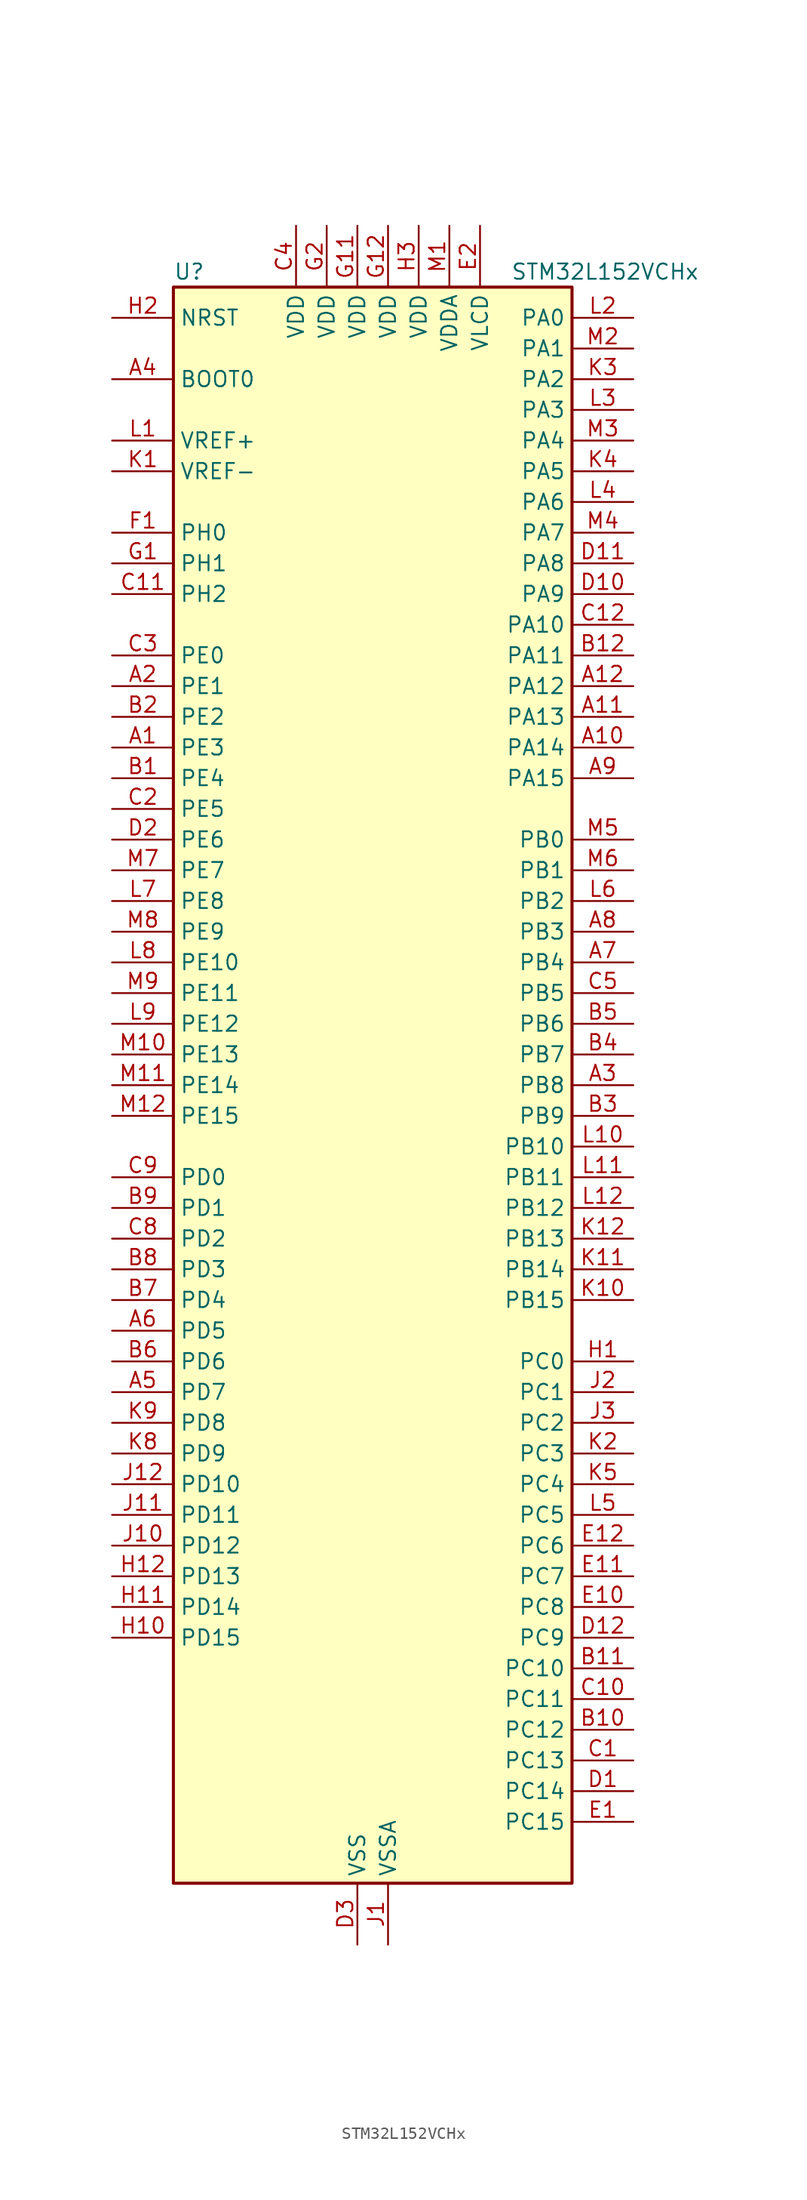
<source format=kicad_sym>
(kicad_symbol_lib
  (version 20231120)
  (generator "kicad_symbol_editor")
  (generator_version "8.0")
  (symbol "STM32L152VCHx"
    (property "Reference" "U"
      (at -15.24 67.31 0)
      (effects (font (size 1.27 1.27)) (justify left)))
    (property "Value" "STM32L152VCHx"
      (at 12.7 67.31 0)
      (effects (font (size 1.27 1.27)) (justify left)))
    (property "ki_locked" ""
      (at 0 0 0)
      (effects (font (size 1.27 1.27))))
    (symbol "STM32L152VCHx_0_1"
      (rectangle (start -15.24 -66.04) (end 17.78 66.04) (stroke (width 0.254) (type default)) (fill (type background))))
    (symbol "STM32L152VCHx_1_1"
      (pin bidirectional line (at -20.32 27.94 0) (length 5.08) (name "PE3" (effects (font (size 1.27 1.27)))) (number "A1" (effects (font (size 1.27 1.27)))) (alternate "LCD_SEG39" bidirectional line) (alternate "SYS_TRACED0" bidirectional line) (alternate "TIM3_CH1" bidirectional line) (alternate "TIMX_IC4" bidirectional line))
      (pin bidirectional line (at 22.86 27.94 180) (length 5.08) (name "PA14" (effects (font (size 1.27 1.27)))) (number "A10" (effects (font (size 1.27 1.27)))) (alternate "SYS_JTCK-SWCLK" bidirectional line) (alternate "TIMX_IC3" bidirectional line) (alternate "TS_G5_IO2" bidirectional line))
      (pin bidirectional line (at 22.86 30.48 180) (length 5.08) (name "PA13" (effects (font (size 1.27 1.27)))) (number "A11" (effects (font (size 1.27 1.27)))) (alternate "SYS_JTMS-SWDIO" bidirectional line) (alternate "TIMX_IC2" bidirectional line) (alternate "TS_G5_IO1" bidirectional line))
      (pin bidirectional line (at 22.86 33.02 180) (length 5.08) (name "PA12" (effects (font (size 1.27 1.27)))) (number "A12" (effects (font (size 1.27 1.27)))) (alternate "SPI1_MOSI" bidirectional line) (alternate "TIMX_IC1" bidirectional line) (alternate "USART1_RTS" bidirectional line) (alternate "USB_DP" bidirectional line))
      (pin bidirectional line (at -20.32 33.02 0) (length 5.08) (name "PE1" (effects (font (size 1.27 1.27)))) (number "A2" (effects (font (size 1.27 1.27)))) (alternate "LCD_SEG37" bidirectional line) (alternate "TIM11_CH1" bidirectional line) (alternate "TIMX_IC2" bidirectional line))
      (pin bidirectional line (at 22.86 0 180) (length 5.08) (name "PB8" (effects (font (size 1.27 1.27)))) (number "A3" (effects (font (size 1.27 1.27)))) (alternate "I2C1_SCL" bidirectional line) (alternate "LCD_SEG16" bidirectional line) (alternate "TIM10_CH1" bidirectional line) (alternate "TIM4_CH3" bidirectional line))
      (pin input line (at -20.32 58.42 0) (length 5.08) (name "BOOT0" (effects (font (size 1.27 1.27)))) (number "A4" (effects (font (size 1.27 1.27)))))
      (pin bidirectional line (at -20.32 -25.4 0) (length 5.08) (name "PD7" (effects (font (size 1.27 1.27)))) (number "A5" (effects (font (size 1.27 1.27)))) (alternate "TIM9_CH2" bidirectional line) (alternate "TIMX_IC4" bidirectional line) (alternate "USART2_CK" bidirectional line))
      (pin bidirectional line (at -20.32 -20.32 0) (length 5.08) (name "PD5" (effects (font (size 1.27 1.27)))) (number "A6" (effects (font (size 1.27 1.27)))) (alternate "TIMX_IC2" bidirectional line) (alternate "USART2_TX" bidirectional line))
      (pin bidirectional line (at 22.86 10.16 180) (length 5.08) (name "PB4" (effects (font (size 1.27 1.27)))) (number "A7" (effects (font (size 1.27 1.27)))) (alternate "COMP2_INP" bidirectional line) (alternate "LCD_SEG8" bidirectional line) (alternate "SPI1_MISO" bidirectional line) (alternate "SPI3_MISO" bidirectional line) (alternate "SYS_JTRST" bidirectional line) (alternate "TIM3_CH1" bidirectional line) (alternate "TS_G6_IO1" bidirectional line))
      (pin bidirectional line (at 22.86 12.7 180) (length 5.08) (name "PB3" (effects (font (size 1.27 1.27)))) (number "A8" (effects (font (size 1.27 1.27)))) (alternate "COMP2_INM" bidirectional line) (alternate "I2S3_CK" bidirectional line) (alternate "LCD_SEG7" bidirectional line) (alternate "SPI1_SCK" bidirectional line) (alternate "SPI3_SCK" bidirectional line) (alternate "SYS_JTDO-TRACESWO" bidirectional line) (alternate "TIM2_CH2" bidirectional line))
      (pin bidirectional line (at 22.86 25.4 180) (length 5.08) (name "PA15" (effects (font (size 1.27 1.27)))) (number "A9" (effects (font (size 1.27 1.27)))) (alternate "ADC_EXTI15" bidirectional line) (alternate "I2S3_WS" bidirectional line) (alternate "LCD_SEG17" bidirectional line) (alternate "SPI1_NSS" bidirectional line) (alternate "SPI3_NSS" bidirectional line) (alternate "SYS_JTDI" bidirectional line) (alternate "TIM2_CH1" bidirectional line) (alternate "TIM2_ETR" bidirectional line) (alternate "TIMX_IC4" bidirectional line) (alternate "TS_G5_IO3" bidirectional line))
      (pin bidirectional line (at -20.32 25.4 0) (length 5.08) (name "PE4" (effects (font (size 1.27 1.27)))) (number "B1" (effects (font (size 1.27 1.27)))) (alternate "SYS_TRACED1" bidirectional line) (alternate "TIM3_CH2" bidirectional line) (alternate "TIMX_IC1" bidirectional line))
      (pin bidirectional line (at 22.86 -53.34 180) (length 5.08) (name "PC12" (effects (font (size 1.27 1.27)))) (number "B10" (effects (font (size 1.27 1.27)))) (alternate "I2S3_SD" bidirectional line) (alternate "LCD_COM6" bidirectional line) (alternate "LCD_SEG30" bidirectional line) (alternate "LCD_SEG42" bidirectional line) (alternate "SPI3_MOSI" bidirectional line) (alternate "TIMX_IC1" bidirectional line) (alternate "USART3_CK" bidirectional line))
      (pin bidirectional line (at 22.86 -48.26 180) (length 5.08) (name "PC10" (effects (font (size 1.27 1.27)))) (number "B11" (effects (font (size 1.27 1.27)))) (alternate "I2S3_CK" bidirectional line) (alternate "LCD_COM4" bidirectional line) (alternate "LCD_SEG28" bidirectional line) (alternate "LCD_SEG40" bidirectional line) (alternate "SPI3_SCK" bidirectional line) (alternate "TIMX_IC3" bidirectional line) (alternate "USART3_TX" bidirectional line))
      (pin bidirectional line (at 22.86 35.56 180) (length 5.08) (name "PA11" (effects (font (size 1.27 1.27)))) (number "B12" (effects (font (size 1.27 1.27)))) (alternate "ADC_EXTI11" bidirectional line) (alternate "SPI1_MISO" bidirectional line) (alternate "TIMX_IC4" bidirectional line) (alternate "USART1_CTS" bidirectional line) (alternate "USB_DM" bidirectional line))
      (pin bidirectional line (at -20.32 30.48 0) (length 5.08) (name "PE2" (effects (font (size 1.27 1.27)))) (number "B2" (effects (font (size 1.27 1.27)))) (alternate "LCD_SEG38" bidirectional line) (alternate "SYS_TRACECK" bidirectional line) (alternate "TIM3_ETR" bidirectional line) (alternate "TIMX_IC3" bidirectional line))
      (pin bidirectional line (at 22.86 -2.54 180) (length 5.08) (name "PB9" (effects (font (size 1.27 1.27)))) (number "B3" (effects (font (size 1.27 1.27)))) (alternate "DAC_EXTI9" bidirectional line) (alternate "I2C1_SDA" bidirectional line) (alternate "LCD_COM3" bidirectional line) (alternate "TIM11_CH1" bidirectional line) (alternate "TIM4_CH4" bidirectional line))
      (pin bidirectional line (at 22.86 2.54 180) (length 5.08) (name "PB7" (effects (font (size 1.27 1.27)))) (number "B4" (effects (font (size 1.27 1.27)))) (alternate "COMP2_INP" bidirectional line) (alternate "I2C1_SDA" bidirectional line) (alternate "SYS_PVD_IN" bidirectional line) (alternate "TIM4_CH2" bidirectional line) (alternate "TS_G6_IO4" bidirectional line) (alternate "USART1_RX" bidirectional line))
      (pin bidirectional line (at 22.86 5.08 180) (length 5.08) (name "PB6" (effects (font (size 1.27 1.27)))) (number "B5" (effects (font (size 1.27 1.27)))) (alternate "COMP2_INP" bidirectional line) (alternate "I2C1_SCL" bidirectional line) (alternate "TIM4_CH1" bidirectional line) (alternate "TS_G6_IO3" bidirectional line) (alternate "USART1_TX" bidirectional line))
      (pin bidirectional line (at -20.32 -22.86 0) (length 5.08) (name "PD6" (effects (font (size 1.27 1.27)))) (number "B6" (effects (font (size 1.27 1.27)))) (alternate "TIMX_IC3" bidirectional line) (alternate "USART2_RX" bidirectional line))
      (pin bidirectional line (at -20.32 -17.78 0) (length 5.08) (name "PD4" (effects (font (size 1.27 1.27)))) (number "B7" (effects (font (size 1.27 1.27)))) (alternate "I2S2_SD" bidirectional line) (alternate "SPI2_MOSI" bidirectional line) (alternate "TIMX_IC1" bidirectional line) (alternate "USART2_RTS" bidirectional line))
      (pin bidirectional line (at -20.32 -15.24 0) (length 5.08) (name "PD3" (effects (font (size 1.27 1.27)))) (number "B8" (effects (font (size 1.27 1.27)))) (alternate "SPI2_MISO" bidirectional line) (alternate "TIMX_IC4" bidirectional line) (alternate "USART2_CTS" bidirectional line))
      (pin bidirectional line (at -20.32 -10.16 0) (length 5.08) (name "PD1" (effects (font (size 1.27 1.27)))) (number "B9" (effects (font (size 1.27 1.27)))) (alternate "I2S2_CK" bidirectional line) (alternate "SPI2_SCK" bidirectional line) (alternate "TIMX_IC2" bidirectional line))
      (pin bidirectional line (at 22.86 -55.88 180) (length 5.08) (name "PC13" (effects (font (size 1.27 1.27)))) (number "C1" (effects (font (size 1.27 1.27)))) (alternate "RTC_OUT_ALARM" bidirectional line) (alternate "RTC_OUT_CALIB" bidirectional line) (alternate "RTC_TAMP1" bidirectional line) (alternate "RTC_TS" bidirectional line) (alternate "SYS_WKUP2" bidirectional line) (alternate "TIMX_IC2" bidirectional line))
      (pin bidirectional line (at 22.86 -50.8 180) (length 5.08) (name "PC11" (effects (font (size 1.27 1.27)))) (number "C10" (effects (font (size 1.27 1.27)))) (alternate "ADC_EXTI11" bidirectional line) (alternate "LCD_COM5" bidirectional line) (alternate "LCD_SEG29" bidirectional line) (alternate "LCD_SEG41" bidirectional line) (alternate "SPI3_MISO" bidirectional line) (alternate "TIMX_IC4" bidirectional line) (alternate "USART3_RX" bidirectional line))
      (pin bidirectional line (at -20.32 40.64 0) (length 5.08) (name "PH2" (effects (font (size 1.27 1.27)))) (number "C11" (effects (font (size 1.27 1.27)))))
      (pin bidirectional line (at 22.86 38.1 180) (length 5.08) (name "PA10" (effects (font (size 1.27 1.27)))) (number "C12" (effects (font (size 1.27 1.27)))) (alternate "LCD_COM2" bidirectional line) (alternate "TIMX_IC3" bidirectional line) (alternate "TS_G4_IO3" bidirectional line) (alternate "USART1_RX" bidirectional line))
      (pin bidirectional line (at -20.32 22.86 0) (length 5.08) (name "PE5" (effects (font (size 1.27 1.27)))) (number "C2" (effects (font (size 1.27 1.27)))) (alternate "SYS_TRACED2" bidirectional line) (alternate "TIM9_CH1" bidirectional line) (alternate "TIMX_IC2" bidirectional line))
      (pin bidirectional line (at -20.32 35.56 0) (length 5.08) (name "PE0" (effects (font (size 1.27 1.27)))) (number "C3" (effects (font (size 1.27 1.27)))) (alternate "LCD_SEG36" bidirectional line) (alternate "TIM10_CH1" bidirectional line) (alternate "TIM4_ETR" bidirectional line) (alternate "TIMX_IC1" bidirectional line))
      (pin power_in line (at -5.08 71.12 270) (length 5.08) (name "VDD" (effects (font (size 1.27 1.27)))) (number "C4" (effects (font (size 1.27 1.27)))))
      (pin bidirectional line (at 22.86 7.62 180) (length 5.08) (name "PB5" (effects (font (size 1.27 1.27)))) (number "C5" (effects (font (size 1.27 1.27)))) (alternate "COMP2_INP" bidirectional line) (alternate "I2C1_SMBA" bidirectional line) (alternate "I2S3_SD" bidirectional line) (alternate "LCD_SEG9" bidirectional line) (alternate "SPI1_MOSI" bidirectional line) (alternate "SPI3_MOSI" bidirectional line) (alternate "TIM3_CH2" bidirectional line) (alternate "TS_G6_IO2" bidirectional line))
      (pin bidirectional line (at -20.32 -12.7 0) (length 5.08) (name "PD2" (effects (font (size 1.27 1.27)))) (number "C8" (effects (font (size 1.27 1.27)))) (alternate "LCD_COM7" bidirectional line) (alternate "LCD_SEG31" bidirectional line) (alternate "LCD_SEG43" bidirectional line) (alternate "TIM3_ETR" bidirectional line) (alternate "TIMX_IC3" bidirectional line))
      (pin bidirectional line (at -20.32 -7.62 0) (length 5.08) (name "PD0" (effects (font (size 1.27 1.27)))) (number "C9" (effects (font (size 1.27 1.27)))) (alternate "I2S2_WS" bidirectional line) (alternate "SPI2_NSS" bidirectional line) (alternate "TIM9_CH1" bidirectional line) (alternate "TIMX_IC1" bidirectional line))
      (pin bidirectional line (at 22.86 -58.42 180) (length 5.08) (name "PC14" (effects (font (size 1.27 1.27)))) (number "D1" (effects (font (size 1.27 1.27)))) (alternate "RCC_OSC32_IN" bidirectional line) (alternate "TIMX_IC3" bidirectional line))
      (pin bidirectional line (at 22.86 40.64 180) (length 5.08) (name "PA9" (effects (font (size 1.27 1.27)))) (number "D10" (effects (font (size 1.27 1.27)))) (alternate "DAC_EXTI9" bidirectional line) (alternate "LCD_COM1" bidirectional line) (alternate "TIMX_IC2" bidirectional line) (alternate "TS_G4_IO2" bidirectional line) (alternate "USART1_TX" bidirectional line))
      (pin bidirectional line (at 22.86 43.18 180) (length 5.08) (name "PA8" (effects (font (size 1.27 1.27)))) (number "D11" (effects (font (size 1.27 1.27)))) (alternate "LCD_COM0" bidirectional line) (alternate "RCC_MCO" bidirectional line) (alternate "TIMX_IC1" bidirectional line) (alternate "TS_G4_IO1" bidirectional line) (alternate "USART1_CK" bidirectional line))
      (pin bidirectional line (at 22.86 -45.72 180) (length 5.08) (name "PC9" (effects (font (size 1.27 1.27)))) (number "D12" (effects (font (size 1.27 1.27)))) (alternate "DAC_EXTI9" bidirectional line) (alternate "LCD_SEG27" bidirectional line) (alternate "TIM3_CH4" bidirectional line) (alternate "TIMX_IC2" bidirectional line) (alternate "TS_G10_IO4" bidirectional line))
      (pin bidirectional line (at -20.32 20.32 0) (length 5.08) (name "PE6" (effects (font (size 1.27 1.27)))) (number "D2" (effects (font (size 1.27 1.27)))) (alternate "RTC_TAMP3" bidirectional line) (alternate "SYS_TRACED3" bidirectional line) (alternate "SYS_WKUP3" bidirectional line) (alternate "TIM9_CH2" bidirectional line) (alternate "TIMX_IC3" bidirectional line))
      (pin power_in line (at 0 -71.12 90) (length 5.08) (name "VSS" (effects (font (size 1.27 1.27)))) (number "D3" (effects (font (size 1.27 1.27)))))
      (pin bidirectional line (at 22.86 -60.96 180) (length 5.08) (name "PC15" (effects (font (size 1.27 1.27)))) (number "E1" (effects (font (size 1.27 1.27)))) (alternate "ADC_EXTI15" bidirectional line) (alternate "RCC_OSC32_OUT" bidirectional line) (alternate "TIMX_IC4" bidirectional line))
      (pin bidirectional line (at 22.86 -43.18 180) (length 5.08) (name "PC8" (effects (font (size 1.27 1.27)))) (number "E10" (effects (font (size 1.27 1.27)))) (alternate "LCD_SEG26" bidirectional line) (alternate "TIM3_CH3" bidirectional line) (alternate "TIMX_IC1" bidirectional line) (alternate "TS_G10_IO3" bidirectional line))
      (pin bidirectional line (at 22.86 -40.64 180) (length 5.08) (name "PC7" (effects (font (size 1.27 1.27)))) (number "E11" (effects (font (size 1.27 1.27)))) (alternate "I2S3_MCK" bidirectional line) (alternate "LCD_SEG25" bidirectional line) (alternate "TIM3_CH2" bidirectional line) (alternate "TIMX_IC4" bidirectional line) (alternate "TS_G10_IO2" bidirectional line))
      (pin bidirectional line (at 22.86 -38.1 180) (length 5.08) (name "PC6" (effects (font (size 1.27 1.27)))) (number "E12" (effects (font (size 1.27 1.27)))) (alternate "I2S2_MCK" bidirectional line) (alternate "LCD_SEG24" bidirectional line) (alternate "TIM3_CH1" bidirectional line) (alternate "TIMX_IC3" bidirectional line) (alternate "TS_G10_IO1" bidirectional line))
      (pin power_in line (at 10.16 71.12 270) (length 5.08) (name "VLCD" (effects (font (size 1.27 1.27)))) (number "E2" (effects (font (size 1.27 1.27)))))
      (pin passive line (at 0 -71.12 90) (length 5.08) hide (name "VSS" (effects (font (size 1.27 1.27)))) (number "E3" (effects (font (size 1.27 1.27)))))
      (pin bidirectional line (at -20.32 45.72 0) (length 5.08) (name "PH0" (effects (font (size 1.27 1.27)))) (number "F1" (effects (font (size 1.27 1.27)))) (alternate "RCC_OSC_IN" bidirectional line))
      (pin passive line (at 0 -71.12 90) (length 5.08) hide (name "VSS" (effects (font (size 1.27 1.27)))) (number "F11" (effects (font (size 1.27 1.27)))))
      (pin passive line (at 0 -71.12 90) (length 5.08) hide (name "VSS" (effects (font (size 1.27 1.27)))) (number "F12" (effects (font (size 1.27 1.27)))))
      (pin passive line (at 0 -71.12 90) (length 5.08) hide (name "VSS" (effects (font (size 1.27 1.27)))) (number "F2" (effects (font (size 1.27 1.27)))))
      (pin bidirectional line (at -20.32 43.18 0) (length 5.08) (name "PH1" (effects (font (size 1.27 1.27)))) (number "G1" (effects (font (size 1.27 1.27)))) (alternate "RCC_OSC_OUT" bidirectional line))
      (pin power_in line (at 0 71.12 270) (length 5.08) (name "VDD" (effects (font (size 1.27 1.27)))) (number "G11" (effects (font (size 1.27 1.27)))))
      (pin power_in line (at 2.54 71.12 270) (length 5.08) (name "VDD" (effects (font (size 1.27 1.27)))) (number "G12" (effects (font (size 1.27 1.27)))))
      (pin power_in line (at -2.54 71.12 270) (length 5.08) (name "VDD" (effects (font (size 1.27 1.27)))) (number "G2" (effects (font (size 1.27 1.27)))))
      (pin bidirectional line (at 22.86 -22.86 180) (length 5.08) (name "PC0" (effects (font (size 1.27 1.27)))) (number "H1" (effects (font (size 1.27 1.27)))) (alternate "ADC_IN10" bidirectional line) (alternate "COMP1_INP" bidirectional line) (alternate "LCD_SEG18" bidirectional line) (alternate "TIMX_IC1" bidirectional line) (alternate "TS_G8_IO1" bidirectional line))
      (pin bidirectional line (at -20.32 -45.72 0) (length 5.08) (name "PD15" (effects (font (size 1.27 1.27)))) (number "H10" (effects (font (size 1.27 1.27)))) (alternate "ADC_EXTI15" bidirectional line) (alternate "LCD_SEG35" bidirectional line) (alternate "TIM4_CH4" bidirectional line) (alternate "TIMX_IC4" bidirectional line))
      (pin bidirectional line (at -20.32 -43.18 0) (length 5.08) (name "PD14" (effects (font (size 1.27 1.27)))) (number "H11" (effects (font (size 1.27 1.27)))) (alternate "LCD_SEG34" bidirectional line) (alternate "TIM4_CH3" bidirectional line) (alternate "TIMX_IC3" bidirectional line))
      (pin bidirectional line (at -20.32 -40.64 0) (length 5.08) (name "PD13" (effects (font (size 1.27 1.27)))) (number "H12" (effects (font (size 1.27 1.27)))) (alternate "LCD_SEG33" bidirectional line) (alternate "TIM4_CH2" bidirectional line) (alternate "TIMX_IC2" bidirectional line))
      (pin input line (at -20.32 63.5 0) (length 5.08) (name "NRST" (effects (font (size 1.27 1.27)))) (number "H2" (effects (font (size 1.27 1.27)))))
      (pin power_in line (at 5.08 71.12 270) (length 5.08) (name "VDD" (effects (font (size 1.27 1.27)))) (number "H3" (effects (font (size 1.27 1.27)))))
      (pin power_in line (at 2.54 -71.12 90) (length 5.08) (name "VSSA" (effects (font (size 1.27 1.27)))) (number "J1" (effects (font (size 1.27 1.27)))))
      (pin bidirectional line (at -20.32 -38.1 0) (length 5.08) (name "PD12" (effects (font (size 1.27 1.27)))) (number "J10" (effects (font (size 1.27 1.27)))) (alternate "LCD_SEG32" bidirectional line) (alternate "TIM4_CH1" bidirectional line) (alternate "TIMX_IC1" bidirectional line) (alternate "USART3_RTS" bidirectional line))
      (pin bidirectional line (at -20.32 -35.56 0) (length 5.08) (name "PD11" (effects (font (size 1.27 1.27)))) (number "J11" (effects (font (size 1.27 1.27)))) (alternate "ADC_EXTI11" bidirectional line) (alternate "LCD_SEG31" bidirectional line) (alternate "TIMX_IC4" bidirectional line) (alternate "USART3_CTS" bidirectional line))
      (pin bidirectional line (at -20.32 -33.02 0) (length 5.08) (name "PD10" (effects (font (size 1.27 1.27)))) (number "J12" (effects (font (size 1.27 1.27)))) (alternate "LCD_SEG30" bidirectional line) (alternate "TIMX_IC3" bidirectional line) (alternate "USART3_CK" bidirectional line))
      (pin bidirectional line (at 22.86 -25.4 180) (length 5.08) (name "PC1" (effects (font (size 1.27 1.27)))) (number "J2" (effects (font (size 1.27 1.27)))) (alternate "ADC_IN11" bidirectional line) (alternate "COMP1_INP" bidirectional line) (alternate "LCD_SEG19" bidirectional line) (alternate "TIMX_IC2" bidirectional line) (alternate "TS_G8_IO2" bidirectional line))
      (pin bidirectional line (at 22.86 -27.94 180) (length 5.08) (name "PC2" (effects (font (size 1.27 1.27)))) (number "J3" (effects (font (size 1.27 1.27)))) (alternate "ADC_IN12" bidirectional line) (alternate "COMP1_INP" bidirectional line) (alternate "LCD_SEG20" bidirectional line) (alternate "TIMX_IC3" bidirectional line) (alternate "TS_G8_IO3" bidirectional line))
      (pin input line (at -20.32 50.8 0) (length 5.08) (name "VREF-" (effects (font (size 1.27 1.27)))) (number "K1" (effects (font (size 1.27 1.27)))))
      (pin bidirectional line (at 22.86 -17.78 180) (length 5.08) (name "PB15" (effects (font (size 1.27 1.27)))) (number "K10" (effects (font (size 1.27 1.27)))) (alternate "ADC_EXTI15" bidirectional line) (alternate "ADC_IN21" bidirectional line) (alternate "COMP1_INP" bidirectional line) (alternate "I2S2_SD" bidirectional line) (alternate "LCD_SEG15" bidirectional line) (alternate "RTC_REFIN" bidirectional line) (alternate "SPI2_MOSI" bidirectional line) (alternate "TIM11_CH1" bidirectional line) (alternate "TS_G7_IO4" bidirectional line))
      (pin bidirectional line (at 22.86 -15.24 180) (length 5.08) (name "PB14" (effects (font (size 1.27 1.27)))) (number "K11" (effects (font (size 1.27 1.27)))) (alternate "ADC_IN20" bidirectional line) (alternate "COMP1_INP" bidirectional line) (alternate "LCD_SEG14" bidirectional line) (alternate "SPI2_MISO" bidirectional line) (alternate "TIM9_CH2" bidirectional line) (alternate "TS_G7_IO3" bidirectional line) (alternate "USART3_RTS" bidirectional line))
      (pin bidirectional line (at 22.86 -12.7 180) (length 5.08) (name "PB13" (effects (font (size 1.27 1.27)))) (number "K12" (effects (font (size 1.27 1.27)))) (alternate "ADC_IN19" bidirectional line) (alternate "COMP1_INP" bidirectional line) (alternate "I2S2_CK" bidirectional line) (alternate "LCD_SEG13" bidirectional line) (alternate "SPI2_SCK" bidirectional line) (alternate "TIM9_CH1" bidirectional line) (alternate "TS_G7_IO2" bidirectional line) (alternate "USART3_CTS" bidirectional line))
      (pin bidirectional line (at 22.86 -30.48 180) (length 5.08) (name "PC3" (effects (font (size 1.27 1.27)))) (number "K2" (effects (font (size 1.27 1.27)))) (alternate "ADC_IN13" bidirectional line) (alternate "COMP1_INP" bidirectional line) (alternate "LCD_SEG21" bidirectional line) (alternate "TIMX_IC4" bidirectional line) (alternate "TS_G8_IO4" bidirectional line))
      (pin bidirectional line (at 22.86 58.42 180) (length 5.08) (name "PA2" (effects (font (size 1.27 1.27)))) (number "K3" (effects (font (size 1.27 1.27)))) (alternate "ADC_IN2" bidirectional line) (alternate "COMP1_INP" bidirectional line) (alternate "LCD_SEG1" bidirectional line) (alternate "OPAMP1_VINM" bidirectional line) (alternate "TIM2_CH3" bidirectional line) (alternate "TIM5_CH3" bidirectional line) (alternate "TIM9_CH1" bidirectional line) (alternate "TIMX_IC3" bidirectional line) (alternate "TS_G1_IO3" bidirectional line) (alternate "USART2_TX" bidirectional line))
      (pin bidirectional line (at 22.86 50.8 180) (length 5.08) (name "PA5" (effects (font (size 1.27 1.27)))) (number "K4" (effects (font (size 1.27 1.27)))) (alternate "ADC_IN5" bidirectional line) (alternate "COMP1_INP" bidirectional line) (alternate "DAC_OUT2" bidirectional line) (alternate "SPI1_SCK" bidirectional line) (alternate "TIM2_CH1" bidirectional line) (alternate "TIM2_ETR" bidirectional line) (alternate "TIMX_IC2" bidirectional line))
      (pin bidirectional line (at 22.86 -33.02 180) (length 5.08) (name "PC4" (effects (font (size 1.27 1.27)))) (number "K5" (effects (font (size 1.27 1.27)))) (alternate "ADC_IN14" bidirectional line) (alternate "COMP1_INP" bidirectional line) (alternate "LCD_SEG22" bidirectional line) (alternate "TIMX_IC1" bidirectional line) (alternate "TS_G9_IO1" bidirectional line))
      (pin bidirectional line (at -20.32 -30.48 0) (length 5.08) (name "PD9" (effects (font (size 1.27 1.27)))) (number "K8" (effects (font (size 1.27 1.27)))) (alternate "DAC_EXTI9" bidirectional line) (alternate "LCD_SEG29" bidirectional line) (alternate "TIMX_IC2" bidirectional line) (alternate "USART3_RX" bidirectional line))
      (pin bidirectional line (at -20.32 -27.94 0) (length 5.08) (name "PD8" (effects (font (size 1.27 1.27)))) (number "K9" (effects (font (size 1.27 1.27)))) (alternate "LCD_SEG28" bidirectional line) (alternate "TIMX_IC1" bidirectional line) (alternate "USART3_TX" bidirectional line))
      (pin input line (at -20.32 53.34 0) (length 5.08) (name "VREF+" (effects (font (size 1.27 1.27)))) (number "L1" (effects (font (size 1.27 1.27)))))
      (pin bidirectional line (at 22.86 -5.08 180) (length 5.08) (name "PB10" (effects (font (size 1.27 1.27)))) (number "L10" (effects (font (size 1.27 1.27)))) (alternate "I2C2_SCL" bidirectional line) (alternate "LCD_SEG10" bidirectional line) (alternate "TIM2_CH3" bidirectional line) (alternate "USART3_TX" bidirectional line))
      (pin bidirectional line (at 22.86 -7.62 180) (length 5.08) (name "PB11" (effects (font (size 1.27 1.27)))) (number "L11" (effects (font (size 1.27 1.27)))) (alternate "ADC_EXTI11" bidirectional line) (alternate "I2C2_SDA" bidirectional line) (alternate "LCD_SEG11" bidirectional line) (alternate "TIM2_CH4" bidirectional line) (alternate "USART3_RX" bidirectional line))
      (pin bidirectional line (at 22.86 -10.16 180) (length 5.08) (name "PB12" (effects (font (size 1.27 1.27)))) (number "L12" (effects (font (size 1.27 1.27)))) (alternate "ADC_IN18" bidirectional line) (alternate "COMP1_INP" bidirectional line) (alternate "I2C2_SMBA" bidirectional line) (alternate "I2S2_WS" bidirectional line) (alternate "LCD_SEG12" bidirectional line) (alternate "SPI2_NSS" bidirectional line) (alternate "TIM10_CH1" bidirectional line) (alternate "TS_G7_IO1" bidirectional line) (alternate "USART3_CK" bidirectional line))
      (pin bidirectional line (at 22.86 63.5 180) (length 5.08) (name "PA0" (effects (font (size 1.27 1.27)))) (number "L2" (effects (font (size 1.27 1.27)))) (alternate "ADC_IN0" bidirectional line) (alternate "COMP1_INP" bidirectional line) (alternate "RTC_TAMP2" bidirectional line) (alternate "SYS_WKUP1" bidirectional line) (alternate "TIM2_CH1" bidirectional line) (alternate "TIM2_ETR" bidirectional line) (alternate "TIM5_CH1" bidirectional line) (alternate "TIMX_IC1" bidirectional line) (alternate "TS_G1_IO1" bidirectional line) (alternate "USART2_CTS" bidirectional line))
      (pin bidirectional line (at 22.86 55.88 180) (length 5.08) (name "PA3" (effects (font (size 1.27 1.27)))) (number "L3" (effects (font (size 1.27 1.27)))) (alternate "ADC_IN3" bidirectional line) (alternate "COMP1_INP" bidirectional line) (alternate "LCD_SEG2" bidirectional line) (alternate "OPAMP1_VOUT" bidirectional line) (alternate "TIM2_CH4" bidirectional line) (alternate "TIM5_CH4" bidirectional line) (alternate "TIM9_CH2" bidirectional line) (alternate "TIMX_IC4" bidirectional line) (alternate "TS_G1_IO4" bidirectional line) (alternate "USART2_RX" bidirectional line))
      (pin bidirectional line (at 22.86 48.26 180) (length 5.08) (name "PA6" (effects (font (size 1.27 1.27)))) (number "L4" (effects (font (size 1.27 1.27)))) (alternate "ADC_IN6" bidirectional line) (alternate "COMP1_INP" bidirectional line) (alternate "LCD_SEG3" bidirectional line) (alternate "OPAMP2_VINP" bidirectional line) (alternate "SPI1_MISO" bidirectional line) (alternate "TIM10_CH1" bidirectional line) (alternate "TIM3_CH1" bidirectional line) (alternate "TIMX_IC3" bidirectional line) (alternate "TS_G2_IO1" bidirectional line))
      (pin bidirectional line (at 22.86 -35.56 180) (length 5.08) (name "PC5" (effects (font (size 1.27 1.27)))) (number "L5" (effects (font (size 1.27 1.27)))) (alternate "ADC_IN15" bidirectional line) (alternate "COMP1_INP" bidirectional line) (alternate "LCD_SEG23" bidirectional line) (alternate "TIMX_IC2" bidirectional line) (alternate "TS_G9_IO2" bidirectional line))
      (pin bidirectional line (at 22.86 15.24 180) (length 5.08) (name "PB2" (effects (font (size 1.27 1.27)))) (number "L6" (effects (font (size 1.27 1.27)))) (alternate "TS_G3_IO3" bidirectional line))
      (pin bidirectional line (at -20.32 15.24 0) (length 5.08) (name "PE8" (effects (font (size 1.27 1.27)))) (number "L7" (effects (font (size 1.27 1.27)))) (alternate "ADC_IN23" bidirectional line) (alternate "COMP1_INP" bidirectional line) (alternate "TIMX_IC1" bidirectional line))
      (pin bidirectional line (at -20.32 10.16 0) (length 5.08) (name "PE10" (effects (font (size 1.27 1.27)))) (number "L8" (effects (font (size 1.27 1.27)))) (alternate "ADC_IN25" bidirectional line) (alternate "COMP1_INP" bidirectional line) (alternate "TIM2_CH2" bidirectional line) (alternate "TIMX_IC3" bidirectional line))
      (pin bidirectional line (at -20.32 5.08 0) (length 5.08) (name "PE12" (effects (font (size 1.27 1.27)))) (number "L9" (effects (font (size 1.27 1.27)))) (alternate "SPI1_NSS" bidirectional line) (alternate "TIM2_CH4" bidirectional line) (alternate "TIMX_IC1" bidirectional line))
      (pin power_in line (at 7.62 71.12 270) (length 5.08) (name "VDDA" (effects (font (size 1.27 1.27)))) (number "M1" (effects (font (size 1.27 1.27)))))
      (pin bidirectional line (at -20.32 2.54 0) (length 5.08) (name "PE13" (effects (font (size 1.27 1.27)))) (number "M10" (effects (font (size 1.27 1.27)))) (alternate "SPI1_SCK" bidirectional line) (alternate "TIMX_IC2" bidirectional line))
      (pin bidirectional line (at -20.32 0 0) (length 5.08) (name "PE14" (effects (font (size 1.27 1.27)))) (number "M11" (effects (font (size 1.27 1.27)))) (alternate "SPI1_MISO" bidirectional line) (alternate "TIMX_IC3" bidirectional line))
      (pin bidirectional line (at -20.32 -2.54 0) (length 5.08) (name "PE15" (effects (font (size 1.27 1.27)))) (number "M12" (effects (font (size 1.27 1.27)))) (alternate "ADC_EXTI15" bidirectional line) (alternate "SPI1_MOSI" bidirectional line) (alternate "TIMX_IC4" bidirectional line))
      (pin bidirectional line (at 22.86 60.96 180) (length 5.08) (name "PA1" (effects (font (size 1.27 1.27)))) (number "M2" (effects (font (size 1.27 1.27)))) (alternate "ADC_IN1" bidirectional line) (alternate "COMP1_INP" bidirectional line) (alternate "LCD_SEG0" bidirectional line) (alternate "OPAMP1_VINP" bidirectional line) (alternate "TIM2_CH2" bidirectional line) (alternate "TIM5_CH2" bidirectional line) (alternate "TIMX_IC2" bidirectional line) (alternate "TS_G1_IO2" bidirectional line) (alternate "USART2_RTS" bidirectional line))
      (pin bidirectional line (at 22.86 53.34 180) (length 5.08) (name "PA4" (effects (font (size 1.27 1.27)))) (number "M3" (effects (font (size 1.27 1.27)))) (alternate "ADC_IN4" bidirectional line) (alternate "COMP1_INP" bidirectional line) (alternate "DAC_OUT1" bidirectional line) (alternate "I2S3_WS" bidirectional line) (alternate "SPI1_NSS" bidirectional line) (alternate "SPI3_NSS" bidirectional line) (alternate "TIMX_IC1" bidirectional line) (alternate "USART2_CK" bidirectional line))
      (pin bidirectional line (at 22.86 45.72 180) (length 5.08) (name "PA7" (effects (font (size 1.27 1.27)))) (number "M4" (effects (font (size 1.27 1.27)))) (alternate "ADC_IN7" bidirectional line) (alternate "COMP1_INP" bidirectional line) (alternate "LCD_SEG4" bidirectional line) (alternate "OPAMP2_VINM" bidirectional line) (alternate "SPI1_MOSI" bidirectional line) (alternate "TIM11_CH1" bidirectional line) (alternate "TIM3_CH2" bidirectional line) (alternate "TIMX_IC4" bidirectional line) (alternate "TS_G2_IO2" bidirectional line))
      (pin bidirectional line (at 22.86 20.32 180) (length 5.08) (name "PB0" (effects (font (size 1.27 1.27)))) (number "M5" (effects (font (size 1.27 1.27)))) (alternate "ADC_IN8" bidirectional line) (alternate "COMP1_INP" bidirectional line) (alternate "LCD_SEG5" bidirectional line) (alternate "OPAMP2_VOUT" bidirectional line) (alternate "SYS_V_REF_OUT" bidirectional line) (alternate "TIM3_CH3" bidirectional line) (alternate "TS_G3_IO1" bidirectional line))
      (pin bidirectional line (at 22.86 17.78 180) (length 5.08) (name "PB1" (effects (font (size 1.27 1.27)))) (number "M6" (effects (font (size 1.27 1.27)))) (alternate "ADC_IN9" bidirectional line) (alternate "COMP1_INP" bidirectional line) (alternate "LCD_SEG6" bidirectional line) (alternate "SYS_V_REF_OUT" bidirectional line) (alternate "TIM3_CH4" bidirectional line) (alternate "TS_G3_IO2" bidirectional line))
      (pin bidirectional line (at -20.32 17.78 0) (length 5.08) (name "PE7" (effects (font (size 1.27 1.27)))) (number "M7" (effects (font (size 1.27 1.27)))) (alternate "ADC_IN22" bidirectional line) (alternate "COMP1_INP" bidirectional line) (alternate "TIMX_IC4" bidirectional line))
      (pin bidirectional line (at -20.32 12.7 0) (length 5.08) (name "PE9" (effects (font (size 1.27 1.27)))) (number "M8" (effects (font (size 1.27 1.27)))) (alternate "ADC_IN24" bidirectional line) (alternate "COMP1_INP" bidirectional line) (alternate "DAC_EXTI9" bidirectional line) (alternate "TIM2_CH1" bidirectional line) (alternate "TIM2_ETR" bidirectional line) (alternate "TIM5_ETR" bidirectional line) (alternate "TIMX_IC2" bidirectional line))
      (pin bidirectional line (at -20.32 7.62 0) (length 5.08) (name "PE11" (effects (font (size 1.27 1.27)))) (number "M9" (effects (font (size 1.27 1.27)))) (alternate "ADC_EXTI11" bidirectional line) (alternate "TIM2_CH3" bidirectional line) (alternate "TIMX_IC4" bidirectional line)))))
</source>
